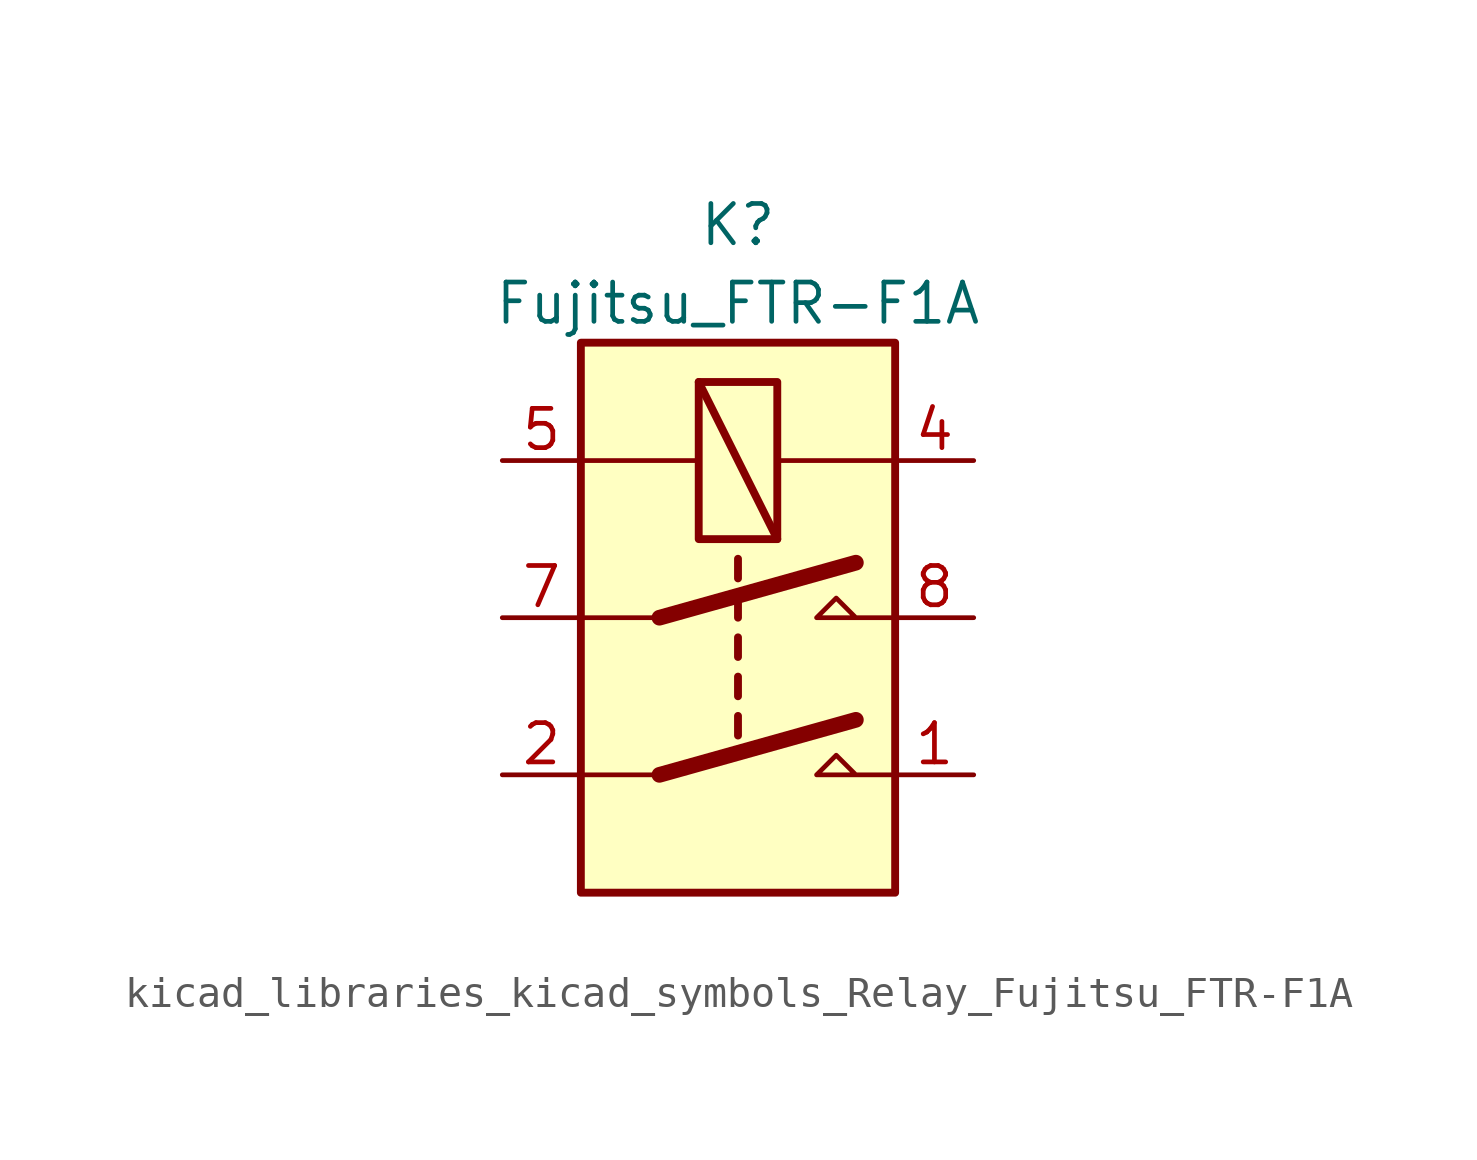
<source format=kicad_sym>
(kicad_symbol_lib
  (version 20220914)
  (generator kicad_symbol_editor)
  (symbol "kicad_libraries_kicad_symbols_Relay_Fujitsu_FTR-F1A"
    (property "Reference" "K"
      (at 0 12.7 0)
      (effects (font (size 1.27 1.27))))
    (property "Value" "Fujitsu_FTR-F1A"
      (at 0 10.16 0)
      (effects (font (size 1.27 1.27))))
    (symbol "kicad_libraries_kicad_symbols_Relay_Fujitsu_FTR-F1A_0_1"
      (rectangle (start -1.27 7.62) (end 1.27 2.54) (stroke (width 0.254) (type default)) (fill (type background)))
      (polyline (pts (xy -1.27 7.62) (xy 1.27 2.54)) (stroke (width 0.254) (type default)) (fill (type none))))
    (symbol "kicad_libraries_kicad_symbols_Relay_Fujitsu_FTR-F1A_1_1"
      (polyline (pts (xy -2.54 -5.08) (xy -5.08 -5.08)) (stroke (width 0) (type default)) (fill (type none)))
      (polyline (pts (xy -2.54 -5.08) (xy 3.81 -3.302)) (stroke (width 0.508) (type default)) (fill (type none)))
      (polyline (pts (xy -2.54 0) (xy -5.08 0)) (stroke (width 0) (type default)) (fill (type none)))
      (polyline (pts (xy -2.54 0) (xy 3.81 1.778)) (stroke (width 0.508) (type default)) (fill (type none)))
      (polyline (pts (xy 0 -3.175) (xy 0 -3.81)) (stroke (width 0.254) (type default)) (fill (type none)))
      (polyline (pts (xy 0 -1.905) (xy 0 -2.54)) (stroke (width 0.254) (type default)) (fill (type none)))
      (polyline (pts (xy 0 -0.635) (xy 0 -1.27)) (stroke (width 0.254) (type default)) (fill (type none)))
      (polyline (pts (xy 0 0.635) (xy 0 0)) (stroke (width 0.254) (type default)) (fill (type none)))
      (polyline (pts (xy 0 1.905) (xy 0 1.27)) (stroke (width 0.254) (type default)) (fill (type none)))
      (polyline (pts (xy 5.08 5.08) (xy 1.27 5.08)) (stroke (width 0) (type default)) (fill (type none)))
      (polyline (pts (xy -5.08 5.08) (xy -1.27 5.08) (xy -1.524 5.08)) (stroke (width 0) (type default)) (fill (type none)))
      (polyline (pts (xy 5.08 -5.08) (xy 2.54 -5.08) (xy 3.175 -4.445) (xy 3.81 -5.08)) (stroke (width 0) (type default)) (fill (type none)))
      (polyline (pts (xy 5.08 0) (xy 2.54 0) (xy 3.175 0.635) (xy 3.81 0)) (stroke (width 0) (type default)) (fill (type none)))
      (rectangle (start 5.08 8.89) (end -5.08 -8.89) (stroke (width 0.254) (type default)) (fill (type background)))
      (pin passive line (at 7.62 -5.08 180) (length 2.54) (name "~" (effects (font (size 1.27 1.27)))) (number "1" (effects (font (size 1.27 1.27)))))
      (pin passive line (at -7.62 -5.08 0) (length 2.54) (name "~" (effects (font (size 1.27 1.27)))) (number "2" (effects (font (size 1.27 1.27)))))
      (pin passive line (at 7.62 5.08 180) (length 2.54) (name "~" (effects (font (size 1.27 1.27)))) (number "4" (effects (font (size 1.27 1.27)))))
      (pin passive line (at -7.62 5.08 0) (length 2.54) (name "~" (effects (font (size 1.27 1.27)))) (number "5" (effects (font (size 1.27 1.27)))))
      (pin passive line (at -7.62 0 0) (length 2.54) (name "~" (effects (font (size 1.27 1.27)))) (number "7" (effects (font (size 1.27 1.27)))))
      (pin passive line (at 7.62 0 180) (length 2.54) (name "~" (effects (font (size 1.27 1.27)))) (number "8" (effects (font (size 1.27 1.27))))))))
</source>
